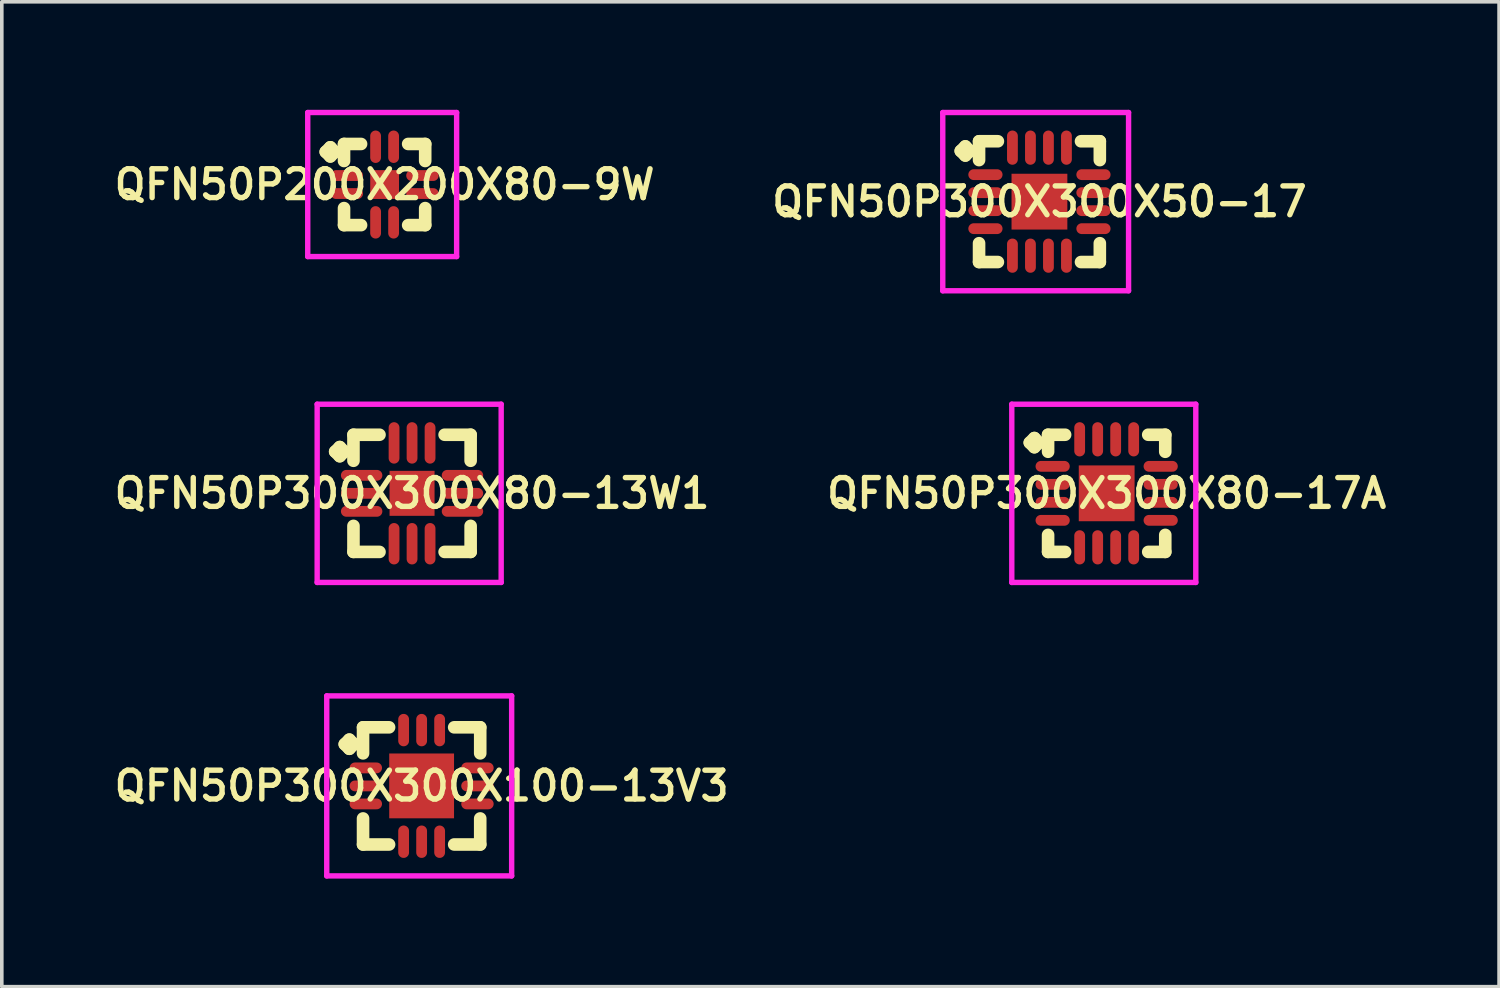
<source format=kicad_pcb>
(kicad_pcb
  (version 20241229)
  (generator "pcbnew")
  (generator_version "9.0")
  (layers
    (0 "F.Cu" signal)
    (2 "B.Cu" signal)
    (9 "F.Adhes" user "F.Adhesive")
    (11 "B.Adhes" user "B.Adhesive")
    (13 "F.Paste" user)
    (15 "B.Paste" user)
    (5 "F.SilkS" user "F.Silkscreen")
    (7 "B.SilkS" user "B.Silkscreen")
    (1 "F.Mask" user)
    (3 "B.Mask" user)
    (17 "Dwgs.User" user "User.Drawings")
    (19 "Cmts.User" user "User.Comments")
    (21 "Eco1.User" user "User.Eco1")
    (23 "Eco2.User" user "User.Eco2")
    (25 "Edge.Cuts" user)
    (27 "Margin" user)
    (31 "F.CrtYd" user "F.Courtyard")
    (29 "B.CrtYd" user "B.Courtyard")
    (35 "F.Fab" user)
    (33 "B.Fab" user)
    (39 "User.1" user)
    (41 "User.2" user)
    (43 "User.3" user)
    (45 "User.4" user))
  (footprint "QFN50P300X300X80-13W1"
    (layer "F.Cu")
    (at 8.393 10.65)
    (property "Reference" "QFN50P300X300X80-13W1" (at 0 0 0) (layer "F.SilkS") (effects (font (size 0.8 0.8) (thickness 0.15))))
    (attr through_hole)
    (fp_line (start -2.135 -1.158) (end -2.008 -1.285) (stroke (width 0.35) (type solid)) (layer "F.SilkS"))
    (fp_line (start -2.008 -1.285) (end -1.881 -1.158) (stroke (width 0.35) (type solid)) (layer "F.SilkS"))
    (fp_line (start -2.008 -1.031) (end -2.135 -1.158) (stroke (width 0.35) (type solid)) (layer "F.SilkS"))
    (fp_line (start -1.881 -1.158) (end -2.008 -1.031) (stroke (width 0.35) (type solid)) (layer "F.SilkS"))
    (fp_line (start -1.627 -1.627) (end -0.904 -1.627) (stroke (width 0.35) (type solid)) (layer "F.SilkS"))
    (fp_line (start -1.627 -0.904) (end -1.627 -1.627) (stroke (width 0.35) (type solid)) (layer "F.SilkS"))
    (fp_line (start -1.627 0.904) (end -1.627 1.627) (stroke (width 0.35) (type solid)) (layer "F.SilkS"))
    (fp_line (start -1.627 1.627) (end -0.904 1.627) (stroke (width 0.35) (type solid)) (layer "F.SilkS"))
    (fp_line (start 0.904 -1.627) (end 1.627 -1.627) (stroke (width 0.35) (type solid)) (layer "F.SilkS"))
    (fp_line (start 0.904 1.627) (end 1.627 1.627) (stroke (width 0.35) (type solid)) (layer "F.SilkS"))
    (fp_line (start 1.627 -1.627) (end 1.627 -0.904) (stroke (width 0.35) (type solid)) (layer "F.SilkS"))
    (fp_line (start 1.627 1.627) (end 1.627 0.904) (stroke (width 0.35) (type solid)) (layer "F.SilkS"))
    (fp_line (start -2.635 -2.475) (end 2.475 -2.475) (stroke (width 0.15) (type solid)) (layer "F.CrtYd"))
    (fp_line (start -2.635 2.475) (end -2.635 -2.475) (stroke (width 0.15) (type solid)) (layer "F.CrtYd"))
    (fp_line (start 2.475 -2.475) (end 2.475 2.475) (stroke (width 0.15) (type solid)) (layer "F.CrtYd"))
    (fp_line (start 2.475 2.475) (end -2.635 2.475) (stroke (width 0.15) (type solid)) (layer "F.CrtYd"))
    (pad "1" smd oval (at -1.4 -0.5) (size 1.15 0.3) (layers "F.Cu" "F.Mask" "F.Paste"))
    (pad "2" smd oval (at -1.4 0) (size 1.15 0.3) (layers "F.Cu" "F.Mask" "F.Paste"))
    (pad "3" smd oval (at -1.4 0.5) (size 1.15 0.3) (layers "F.Cu" "F.Mask" "F.Paste"))
    (pad "4" smd oval (at -0.5 1.4) (size 0.3 1.15) (layers "F.Cu" "F.Mask" "F.Paste"))
    (pad "5" smd oval (at 0 1.4) (size 0.3 1.15) (layers "F.Cu" "F.Mask" "F.Paste"))
    (pad "6" smd oval (at 0.5 1.4) (size 0.3 1.15) (layers "F.Cu" "F.Mask" "F.Paste"))
    (pad "7" smd oval (at 1.4 0.5) (size 1.15 0.3) (layers "F.Cu" "F.Mask" "F.Paste"))
    (pad "8" smd oval (at 1.4 0) (size 1.15 0.3) (layers "F.Cu" "F.Mask" "F.Paste"))
    (pad "9" smd oval (at 1.4 -0.5) (size 1.15 0.3) (layers "F.Cu" "F.Mask" "F.Paste"))
    (pad "10" smd oval (at 0.5 -1.4) (size 0.3 1.15) (layers "F.Cu" "F.Mask" "F.Paste"))
    (pad "11" smd oval (at 0 -1.4) (size 0.3 1.15) (layers "F.Cu" "F.Mask" "F.Paste"))
    (pad "12" smd oval (at -0.5 -1.4) (size 0.3 1.15) (layers "F.Cu" "F.Mask" "F.Paste"))
    (pad "13" smd rect (at 0 0) (size 1.25 1.25) (layers "F.Cu" "F.Mask" "F.Paste")))
  (footprint "QFN50P300X300X100-13V3"
    (layer "F.Cu")
    (at 8.659 18.775)
    (property "Reference" "QFN50P300X300X100-13V3" (at 0 0 0) (layer "F.SilkS") (effects (font (size 0.8 0.8) (thickness 0.15))))
    (attr smd)
    (fp_line (start -2.135 -1.158) (end -2.008 -1.285) (stroke (width 0.35) (type solid)) (layer "F.SilkS"))
    (fp_line (start -2.008 -1.285) (end -1.881 -1.158) (stroke (width 0.35) (type solid)) (layer "F.SilkS"))
    (fp_line (start -2.008 -1.031) (end -2.135 -1.158) (stroke (width 0.35) (type solid)) (layer "F.SilkS"))
    (fp_line (start -1.881 -1.158) (end -2.008 -1.031) (stroke (width 0.35) (type solid)) (layer "F.SilkS"))
    (fp_line (start -1.627 -1.627) (end -0.904 -1.627) (stroke (width 0.35) (type solid)) (layer "F.SilkS"))
    (fp_line (start -1.627 -0.904) (end -1.627 -1.627) (stroke (width 0.35) (type solid)) (layer "F.SilkS"))
    (fp_line (start -1.627 0.904) (end -1.627 1.627) (stroke (width 0.35) (type solid)) (layer "F.SilkS"))
    (fp_line (start -1.627 1.627) (end -0.904 1.627) (stroke (width 0.35) (type solid)) (layer "F.SilkS"))
    (fp_line (start 0.904 -1.627) (end 1.627 -1.627) (stroke (width 0.35) (type solid)) (layer "F.SilkS"))
    (fp_line (start 0.904 1.627) (end 1.627 1.627) (stroke (width 0.35) (type solid)) (layer "F.SilkS"))
    (fp_line (start 1.627 -1.627) (end 1.627 -0.904) (stroke (width 0.35) (type solid)) (layer "F.SilkS"))
    (fp_line (start 1.627 1.627) (end 1.627 0.904) (stroke (width 0.35) (type solid)) (layer "F.SilkS"))
    (fp_line (start -2.635 -2.5) (end 2.5 -2.5) (stroke (width 0.15) (type solid)) (layer "F.CrtYd"))
    (fp_line (start -2.635 2.5) (end -2.635 -2.5) (stroke (width 0.15) (type solid)) (layer "F.CrtYd"))
    (fp_line (start 2.5 -2.5) (end 2.5 2.5) (stroke (width 0.15) (type solid)) (layer "F.CrtYd"))
    (fp_line (start 2.5 2.5) (end -2.635 2.5) (stroke (width 0.15) (type solid)) (layer "F.CrtYd"))
    (pad "1" smd oval (at -1.55 -0.5) (size 0.9 0.3) (layers "F.Cu" "F.Mask" "F.Paste"))
    (pad "2" smd oval (at -1.55 0) (size 0.9 0.3) (layers "F.Cu" "F.Mask" "F.Paste"))
    (pad "3" smd oval (at -1.55 0.5) (size 0.9 0.3) (layers "F.Cu" "F.Mask" "F.Paste"))
    (pad "4" smd oval (at -0.5 1.55) (size 0.3 0.9) (layers "F.Cu" "F.Mask" "F.Paste"))
    (pad "5" smd oval (at 0 1.55) (size 0.3 0.9) (layers "F.Cu" "F.Mask" "F.Paste"))
    (pad "6" smd oval (at 0.5 1.55) (size 0.3 0.9) (layers "F.Cu" "F.Mask" "F.Paste"))
    (pad "7" smd oval (at 1.55 0.5) (size 0.9 0.3) (layers "F.Cu" "F.Mask" "F.Paste"))
    (pad "8" smd oval (at 1.55 0) (size 0.9 0.3) (layers "F.Cu" "F.Mask" "F.Paste"))
    (pad "9" smd oval (at 1.55 -0.5) (size 0.9 0.3) (layers "F.Cu" "F.Mask" "F.Paste"))
    (pad "10" smd oval (at 0.5 -1.55) (size 0.3 0.9) (layers "F.Cu" "F.Mask" "F.Paste"))
    (pad "11" smd oval (at 0 -1.55) (size 0.3 0.9) (layers "F.Cu" "F.Mask" "F.Paste"))
    (pad "12" smd oval (at -0.5 -1.55) (size 0.3 0.9) (layers "F.Cu" "F.Mask" "F.Paste"))
    (pad "13" smd rect (at 0 0) (size 1.8 1.8) (layers "F.Cu" "F.Mask" "F.Paste")))
  (footprint "QFN50P300X300X80-17A"
    (layer "F.Cu")
    (at 27.683 10.65)
    (property "Reference" "QFN50P300X300X80-17A" (at 0 0 0) (layer "F.SilkS") (effects (font (size 0.8 0.8) (thickness 0.15))))
    (attr through_hole)
    (fp_line (start -2.135 -1.408) (end -2.008 -1.535) (stroke (width 0.35) (type solid)) (layer "F.SilkS"))
    (fp_line (start -2.008 -1.535) (end -1.881 -1.408) (stroke (width 0.35) (type solid)) (layer "F.SilkS"))
    (fp_line (start -2.008 -1.281) (end -2.135 -1.408) (stroke (width 0.35) (type solid)) (layer "F.SilkS"))
    (fp_line (start -1.881 -1.408) (end -2.008 -1.281) (stroke (width 0.35) (type solid)) (layer "F.SilkS"))
    (fp_line (start -1.627 -1.627) (end -1.154 -1.627) (stroke (width 0.35) (type solid)) (layer "F.SilkS"))
    (fp_line (start -1.627 -1.154) (end -1.627 -1.627) (stroke (width 0.35) (type solid)) (layer "F.SilkS"))
    (fp_line (start -1.627 1.154) (end -1.627 1.627) (stroke (width 0.35) (type solid)) (layer "F.SilkS"))
    (fp_line (start -1.627 1.627) (end -1.154 1.627) (stroke (width 0.35) (type solid)) (layer "F.SilkS"))
    (fp_line (start 1.154 -1.627) (end 1.627 -1.627) (stroke (width 0.35) (type solid)) (layer "F.SilkS"))
    (fp_line (start 1.154 1.627) (end 1.627 1.627) (stroke (width 0.35) (type solid)) (layer "F.SilkS"))
    (fp_line (start 1.627 -1.627) (end 1.627 -1.154) (stroke (width 0.35) (type solid)) (layer "F.SilkS"))
    (fp_line (start 1.627 1.627) (end 1.627 1.154) (stroke (width 0.35) (type solid)) (layer "F.SilkS"))
    (fp_line (start -2.635 -2.475) (end 2.475 -2.475) (stroke (width 0.15) (type solid)) (layer "F.CrtYd"))
    (fp_line (start -2.635 2.475) (end -2.635 -2.475) (stroke (width 0.15) (type solid)) (layer "F.CrtYd"))
    (fp_line (start 2.475 -2.475) (end 2.475 2.475) (stroke (width 0.15) (type solid)) (layer "F.CrtYd"))
    (fp_line (start 2.475 2.475) (end -2.635 2.475) (stroke (width 0.15) (type solid)) (layer "F.CrtYd"))
    (pad "1" smd oval (at -1.5 -0.75) (size 0.95 0.3) (layers "F.Cu" "F.Mask" "F.Paste"))
    (pad "2" smd oval (at -1.5 -0.25) (size 0.95 0.3) (layers "F.Cu" "F.Mask" "F.Paste"))
    (pad "3" smd oval (at -1.5 0.25) (size 0.95 0.3) (layers "F.Cu" "F.Mask" "F.Paste"))
    (pad "4" smd oval (at -1.5 0.75) (size 0.95 0.3) (layers "F.Cu" "F.Mask" "F.Paste"))
    (pad "5" smd oval (at -0.75 1.5) (size 0.3 0.95) (layers "F.Cu" "F.Mask" "F.Paste"))
    (pad "6" smd oval (at -0.25 1.5) (size 0.3 0.95) (layers "F.Cu" "F.Mask" "F.Paste"))
    (pad "7" smd oval (at 0.25 1.5) (size 0.3 0.95) (layers "F.Cu" "F.Mask" "F.Paste"))
    (pad "8" smd oval (at 0.75 1.5) (size 0.3 0.95) (layers "F.Cu" "F.Mask" "F.Paste"))
    (pad "9" smd oval (at 1.5 0.75) (size 0.95 0.3) (layers "F.Cu" "F.Mask" "F.Paste"))
    (pad "10" smd oval (at 1.5 0.25) (size 0.95 0.3) (layers "F.Cu" "F.Mask" "F.Paste"))
    (pad "11" smd oval (at 1.5 -0.25) (size 0.95 0.3) (layers "F.Cu" "F.Mask" "F.Paste"))
    (pad "12" smd oval (at 1.5 -0.75) (size 0.95 0.3) (layers "F.Cu" "F.Mask" "F.Paste"))
    (pad "13" smd oval (at 0.75 -1.5) (size 0.3 0.95) (layers "F.Cu" "F.Mask" "F.Paste"))
    (pad "14" smd oval (at 0.25 -1.5) (size 0.3 0.95) (layers "F.Cu" "F.Mask" "F.Paste"))
    (pad "15" smd oval (at -0.25 -1.5) (size 0.3 0.95) (layers "F.Cu" "F.Mask" "F.Paste"))
    (pad "16" smd oval (at -0.75 -1.5) (size 0.3 0.95) (layers "F.Cu" "F.Mask" "F.Paste"))
    (pad "17" smd rect (at 0 0) (size 1.55 1.55) (layers "F.Cu" "F.Mask" "F.Paste")))
  (footprint "QFN50P200X200X80-9W"
    (layer "F.Cu")
    (at 7.631 2.075)
    (property "Reference" "QFN50P200X200X80-9W" (at 0 0 0) (layer "F.SilkS") (effects (font (size 0.8 0.8) (thickness 0.15))))
    (attr through_hole)
    (fp_line (start -1.635 -0.908) (end -1.508 -1.035) (stroke (width 0.35) (type solid)) (layer "F.SilkS"))
    (fp_line (start -1.508 -1.035) (end -1.381 -0.908) (stroke (width 0.35) (type solid)) (layer "F.SilkS"))
    (fp_line (start -1.508 -0.781) (end -1.635 -0.908) (stroke (width 0.35) (type solid)) (layer "F.SilkS"))
    (fp_line (start -1.381 -0.908) (end -1.508 -0.781) (stroke (width 0.35) (type solid)) (layer "F.SilkS"))
    (fp_line (start -1.127 -1.127) (end -0.654 -1.127) (stroke (width 0.35) (type solid)) (layer "F.SilkS"))
    (fp_line (start -1.127 -0.654) (end -1.127 -1.127) (stroke (width 0.35) (type solid)) (layer "F.SilkS"))
    (fp_line (start -1.127 0.654) (end -1.127 1.127) (stroke (width 0.35) (type solid)) (layer "F.SilkS"))
    (fp_line (start -1.127 1.127) (end -0.654 1.127) (stroke (width 0.35) (type solid)) (layer "F.SilkS"))
    (fp_line (start 0.654 -1.127) (end 1.127 -1.127) (stroke (width 0.35) (type solid)) (layer "F.SilkS"))
    (fp_line (start 0.654 1.127) (end 1.127 1.127) (stroke (width 0.35) (type solid)) (layer "F.SilkS"))
    (fp_line (start 1.127 -1.127) (end 1.127 -0.654) (stroke (width 0.35) (type solid)) (layer "F.SilkS"))
    (fp_line (start 1.127 1.127) (end 1.127 0.654) (stroke (width 0.35) (type solid)) (layer "F.SilkS"))
    (fp_line (start -2.135 -2) (end 2 -2) (stroke (width 0.15) (type solid)) (layer "F.CrtYd"))
    (fp_line (start -2.135 2) (end -2.135 -2) (stroke (width 0.15) (type solid)) (layer "F.CrtYd"))
    (fp_line (start 2 -2) (end 2 2) (stroke (width 0.15) (type solid)) (layer "F.CrtYd"))
    (fp_line (start 2 2) (end -2.135 2) (stroke (width 0.15) (type solid)) (layer "F.CrtYd"))
    (pad "1" smd oval (at -1.05 -0.25) (size 0.9 0.3) (layers "F.Cu" "F.Mask" "F.Paste"))
    (pad "2" smd oval (at -1.05 0.25) (size 0.9 0.3) (layers "F.Cu" "F.Mask" "F.Paste"))
    (pad "3" smd oval (at -0.25 1.05) (size 0.3 0.9) (layers "F.Cu" "F.Mask" "F.Paste"))
    (pad "4" smd oval (at 0.25 1.05) (size 0.3 0.9) (layers "F.Cu" "F.Mask" "F.Paste"))
    (pad "5" smd oval (at 1.05 0.25) (size 0.9 0.3) (layers "F.Cu" "F.Mask" "F.Paste"))
    (pad "6" smd oval (at 1.05 -0.25) (size 0.9 0.3) (layers "F.Cu" "F.Mask" "F.Paste"))
    (pad "7" smd oval (at 0.25 -1.05) (size 0.3 0.9) (layers "F.Cu" "F.Mask" "F.Paste"))
    (pad "8" smd oval (at -0.25 -1.05) (size 0.3 0.9) (layers "F.Cu" "F.Mask" "F.Paste"))
    (pad "9" smd rect (at 0 0) (size 0.8 0.8) (layers "F.Cu" "F.Mask" "F.Paste")))
  (footprint "QFN50P300X300X50-17"
    (layer "F.Cu")
    (at 25.816 2.55)
    (property "Reference" "QFN50P300X300X50-17" (at 0 0 0) (layer "F.SilkS") (effects (font (size 0.8 0.8) (thickness 0.15))))
    (attr smd)
    (fp_line (start -2.185 -1.408) (end -2.058 -1.535) (stroke (width 0.35) (type solid)) (layer "F.SilkS"))
    (fp_line (start -2.058 -1.535) (end -1.931 -1.408) (stroke (width 0.35) (type solid)) (layer "F.SilkS"))
    (fp_line (start -2.058 -1.281) (end -2.185 -1.408) (stroke (width 0.35) (type solid)) (layer "F.SilkS"))
    (fp_line (start -1.931 -1.408) (end -2.058 -1.281) (stroke (width 0.35) (type solid)) (layer "F.SilkS"))
    (fp_line (start -1.677 -1.677) (end -1.154 -1.677) (stroke (width 0.35) (type solid)) (layer "F.SilkS"))
    (fp_line (start -1.677 -1.154) (end -1.677 -1.677) (stroke (width 0.35) (type solid)) (layer "F.SilkS"))
    (fp_line (start -1.677 1.154) (end -1.677 1.677) (stroke (width 0.35) (type solid)) (layer "F.SilkS"))
    (fp_line (start -1.677 1.677) (end -1.154 1.677) (stroke (width 0.35) (type solid)) (layer "F.SilkS"))
    (fp_line (start 1.154 -1.677) (end 1.677 -1.677) (stroke (width 0.35) (type solid)) (layer "F.SilkS"))
    (fp_line (start 1.154 1.677) (end 1.677 1.677) (stroke (width 0.35) (type solid)) (layer "F.SilkS"))
    (fp_line (start 1.677 -1.677) (end 1.677 -1.154) (stroke (width 0.35) (type solid)) (layer "F.SilkS"))
    (fp_line (start 1.677 1.677) (end 1.677 1.154) (stroke (width 0.35) (type solid)) (layer "F.SilkS"))
    (fp_line (start -2.685 -2.475) (end 2.475 -2.475) (stroke (width 0.15) (type solid)) (layer "F.CrtYd"))
    (fp_line (start -2.685 2.475) (end -2.685 -2.475) (stroke (width 0.15) (type solid)) (layer "F.CrtYd"))
    (fp_line (start 2.475 -2.475) (end 2.475 2.475) (stroke (width 0.15) (type solid)) (layer "F.CrtYd"))
    (fp_line (start 2.475 2.475) (end -2.685 2.475) (stroke (width 0.15) (type solid)) (layer "F.CrtYd"))
    (pad "1" smd oval (at -1.5 -0.75) (size 0.95 0.3) (layers "F.Cu" "F.Mask" "F.Paste"))
    (pad "2" smd oval (at -1.5 -0.25) (size 0.95 0.3) (layers "F.Cu" "F.Mask" "F.Paste"))
    (pad "3" smd oval (at -1.5 0.25) (size 0.95 0.3) (layers "F.Cu" "F.Mask" "F.Paste"))
    (pad "4" smd oval (at -1.5 0.75) (size 0.95 0.3) (layers "F.Cu" "F.Mask" "F.Paste"))
    (pad "5" smd oval (at -0.75 1.5) (size 0.3 0.95) (layers "F.Cu" "F.Mask" "F.Paste"))
    (pad "6" smd oval (at -0.25 1.5) (size 0.3 0.95) (layers "F.Cu" "F.Mask" "F.Paste"))
    (pad "7" smd oval (at 0.25 1.5) (size 0.3 0.95) (layers "F.Cu" "F.Mask" "F.Paste"))
    (pad "8" smd oval (at 0.75 1.5) (size 0.3 0.95) (layers "F.Cu" "F.Mask" "F.Paste"))
    (pad "9" smd oval (at 1.5 0.75) (size 0.95 0.3) (layers "F.Cu" "F.Mask" "F.Paste"))
    (pad "10" smd oval (at 1.5 0.25) (size 0.95 0.3) (layers "F.Cu" "F.Mask" "F.Paste"))
    (pad "11" smd oval (at 1.5 -0.25) (size 0.95 0.3) (layers "F.Cu" "F.Mask" "F.Paste"))
    (pad "12" smd oval (at 1.5 -0.75) (size 0.95 0.3) (layers "F.Cu" "F.Mask" "F.Paste"))
    (pad "13" smd oval (at 0.75 -1.5) (size 0.3 0.95) (layers "F.Cu" "F.Mask" "F.Paste"))
    (pad "14" smd oval (at 0.25 -1.5) (size 0.3 0.95) (layers "F.Cu" "F.Mask" "F.Paste"))
    (pad "15" smd oval (at -0.25 -1.5) (size 0.3 0.95) (layers "F.Cu" "F.Mask" "F.Paste"))
    (pad "16" smd oval (at -0.75 -1.5) (size 0.3 0.95) (layers "F.Cu" "F.Mask" "F.Paste"))
    (pad "17" smd rect (at 0 0) (size 1.55 1.55) (layers "F.Cu" "F.Mask" "F.Paste")))
  (gr_rect
    (start -3 -3)
    (end 38.58 24.35)
    (stroke (width 0.1) (type default))
    (fill no)
    (layer "Edge.Cuts")))
</source>
